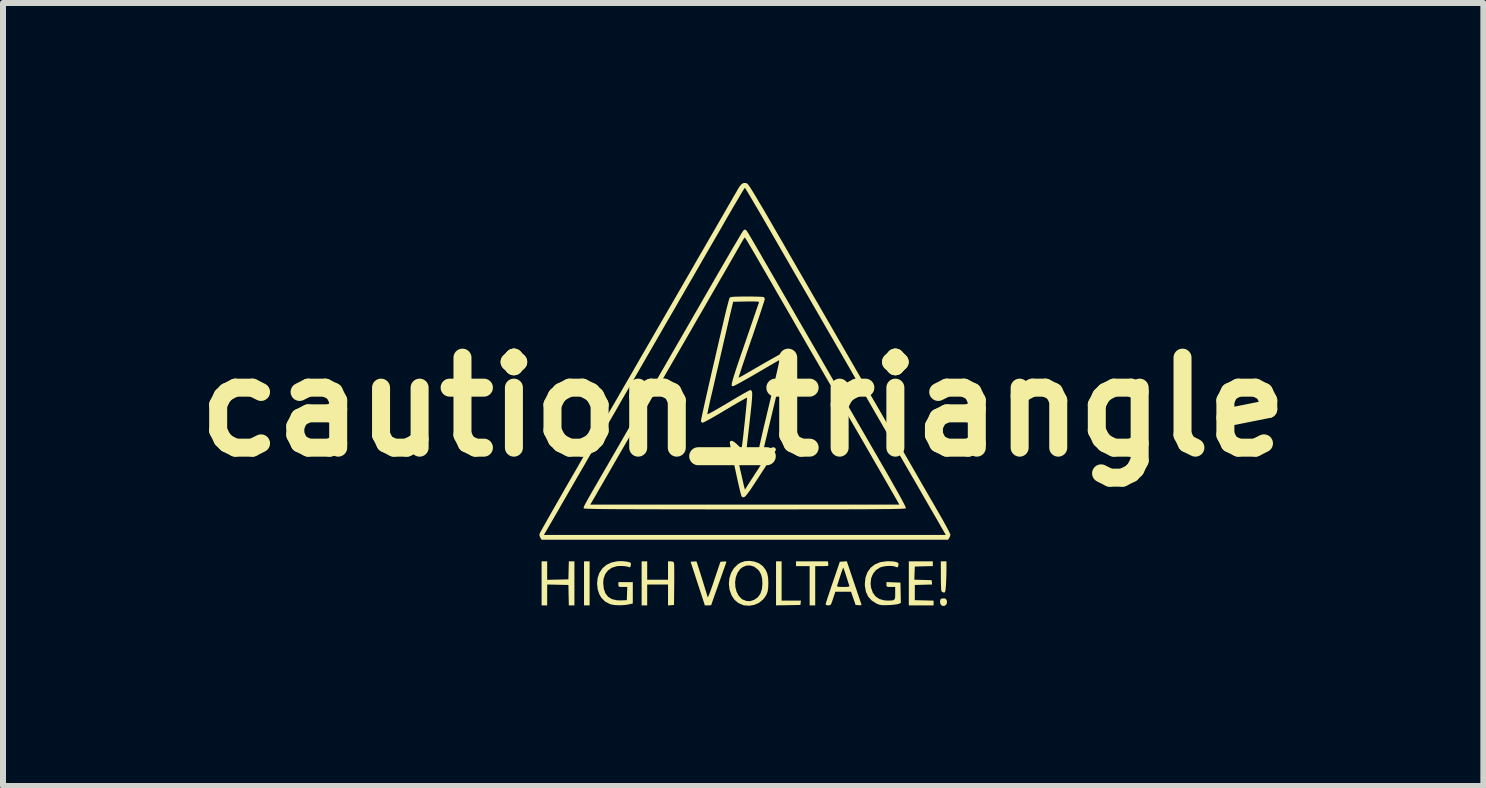
<source format=kicad_pcb>
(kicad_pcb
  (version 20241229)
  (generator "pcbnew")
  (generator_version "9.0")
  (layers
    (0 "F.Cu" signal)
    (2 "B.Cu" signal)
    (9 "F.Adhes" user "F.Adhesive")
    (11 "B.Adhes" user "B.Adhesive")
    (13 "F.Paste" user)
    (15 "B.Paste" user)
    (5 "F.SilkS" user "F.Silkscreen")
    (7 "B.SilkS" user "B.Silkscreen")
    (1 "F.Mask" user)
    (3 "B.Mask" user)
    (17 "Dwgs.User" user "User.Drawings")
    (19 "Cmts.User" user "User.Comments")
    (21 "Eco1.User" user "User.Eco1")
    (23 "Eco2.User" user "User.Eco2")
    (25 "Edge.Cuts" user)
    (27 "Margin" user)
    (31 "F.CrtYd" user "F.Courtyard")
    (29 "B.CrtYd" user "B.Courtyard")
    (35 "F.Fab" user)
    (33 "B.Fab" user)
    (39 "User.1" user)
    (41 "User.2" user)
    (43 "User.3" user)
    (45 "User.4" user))
  (footprint "caution_triangle"
    (layer "F.Cu")
    (at 9.336 3.732)
    (property "Reference" "caution_triangle" (at 0 0 0) (layer "F.SilkS") (effects (font (size 1.5 1.5) (thickness 0.3))))
    (attr board_only exclude_from_pos_files exclude_from_bom)
    (fp_poly (pts (xy -2.56 2.94) (xy -2.56 3.307) (xy -2.607 3.307) (xy -2.653 3.307) (xy -2.653 2.94) (xy -2.653 2.573) (xy -2.607 2.573) (xy -2.56 2.573)) (stroke (width 0) (type solid)) (fill yes) (layer "F.SilkS"))
    (fp_poly (pts (xy 0.64 2.9) (xy 0.64 3.227) (xy 0.801 3.227) (xy 0.962 3.227) (xy 0.958 3.263) (xy 0.953 3.3) (xy 0.75 3.304) (xy 0.547 3.307) (xy 0.547 2.94) (xy 0.547 2.573) (xy 0.593 2.573) (xy 0.64 2.573)) (stroke (width 0) (type solid)) (fill yes) (layer "F.SilkS"))
    (fp_poly (pts (xy 3.372 3.196) (xy 3.392 3.222) (xy 3.397 3.258) (xy 3.385 3.292) (xy 3.38 3.298) (xy 3.351 3.317) (xy 3.319 3.314) (xy 3.303 3.306) (xy 3.285 3.28) (xy 3.28 3.246) (xy 3.284 3.214) (xy 3.298 3.197) (xy 3.315 3.192) (xy 3.35 3.19)) (stroke (width 0) (type solid)) (fill yes) (layer "F.SilkS"))
    (fp_poly (pts (xy 1.417 2.606) (xy 1.419 2.634) (xy 1.416 2.646) (xy 1.4 2.65) (xy 1.365 2.652) (xy 1.316 2.653) (xy 1.304 2.653) (xy 1.2 2.653) (xy 1.2 2.98) (xy 1.2 3.307) (xy 1.153 3.307) (xy 1.107 3.307) (xy 1.107 2.98) (xy 1.107 2.653) (xy 0.993 2.653) (xy 0.88 2.653) (xy 0.88 2.613) (xy 0.88 2.573) (xy 1.145 2.573) (xy 1.41 2.573)) (stroke (width 0) (type solid)) (fill yes) (layer "F.SilkS"))
    (fp_poly (pts (xy 3.387 2.723) (xy 3.386 2.799) (xy 3.383 2.879) (xy 3.38 2.951) (xy 3.378 2.983) (xy 3.373 3.037) (xy 3.368 3.07) (xy 3.361 3.087) (xy 3.349 3.093) (xy 3.34 3.093) (xy 3.312 3.082) (xy 3.302 3.063) (xy 3.299 3.04) (xy 3.297 2.996) (xy 3.295 2.935) (xy 3.294 2.863) (xy 3.294 2.803) (xy 3.293 2.573) (xy 3.34 2.573) (xy 3.387 2.573)) (stroke (width 0) (type solid)) (fill yes) (layer "F.SilkS"))
    (fp_poly (pts (xy -3.267 2.727) (xy -3.267 2.881) (xy -3.09 2.877) (xy -2.913 2.873) (xy -2.91 2.723) (xy -2.906 2.573) (xy -2.86 2.573) (xy -2.813 2.573) (xy -2.813 2.94) (xy -2.813 3.307) (xy -2.86 3.307) (xy -2.906 3.307) (xy -2.91 3.137) (xy -2.913 2.967) (xy -3.09 2.963) (xy -3.267 2.959) (xy -3.267 3.133) (xy -3.267 3.307) (xy -3.313 3.307) (xy -3.36 3.307) (xy -3.36 2.94) (xy -3.36 2.573) (xy -3.313 2.573) (xy -3.267 2.573)) (stroke (width 0) (type solid)) (fill yes) (layer "F.SilkS"))
    (fp_poly (pts (xy 3.16 2.613) (xy 3.16 2.652) (xy 3.01 2.656) (xy 2.86 2.66) (xy 2.856 2.77) (xy 2.852 2.879) (xy 2.996 2.883) (xy 3.14 2.887) (xy 3.144 2.923) (xy 3.148 2.959) (xy 3.004 2.963) (xy 2.86 2.967) (xy 2.86 3.093) (xy 2.86 3.22) (xy 3.017 3.224) (xy 3.173 3.228) (xy 3.173 3.267) (xy 3.173 3.307) (xy 2.967 3.307) (xy 2.76 3.307) (xy 2.76 2.94) (xy 2.76 2.573) (xy 2.96 2.573) (xy 3.16 2.573)) (stroke (width 0) (type solid)) (fill yes) (layer "F.SilkS"))
    (fp_poly (pts (xy -1.6 2.727) (xy -1.6 2.88) (xy -1.427 2.88) (xy -1.253 2.88) (xy -1.253 2.727) (xy -1.253 2.573) (xy -1.207 2.573) (xy -1.173 2.577) (xy -1.157 2.592) (xy -1.153 2.603) (xy -1.151 2.625) (xy -1.15 2.669) (xy -1.149 2.731) (xy -1.149 2.808) (xy -1.149 2.896) (xy -1.15 2.967) (xy -1.153 3.3) (xy -1.203 3.304) (xy -1.253 3.308) (xy -1.253 3.134) (xy -1.253 2.96) (xy -1.427 2.96) (xy -1.6 2.96) (xy -1.6 3.133) (xy -1.6 3.307) (xy -1.647 3.307) (xy -1.693 3.307) (xy -1.693 2.94) (xy -1.693 2.573) (xy -1.647 2.573) (xy -1.6 2.573)) (stroke (width 0) (type solid)) (fill yes) (layer "F.SilkS"))
    (fp_poly (pts (xy -0.779 2.577) (xy -0.778 2.577) (xy -0.772 2.592) (xy -0.759 2.632) (xy -0.739 2.696) (xy -0.711 2.784) (xy -0.676 2.896) (xy -0.635 3.03) (xy -0.591 3.173) (xy -0.586 3.166) (xy -0.573 3.137) (xy -0.554 3.09) (xy -0.531 3.026) (xy -0.504 2.95) (xy -0.483 2.886) (xy -0.38 2.58) (xy -0.33 2.576) (xy -0.298 2.575) (xy -0.281 2.578) (xy -0.28 2.579) (xy -0.284 2.593) (xy -0.296 2.629) (xy -0.315 2.683) (xy -0.34 2.753) (xy -0.369 2.835) (xy -0.401 2.926) (xy -0.407 2.942) (xy -0.439 3.034) (xy -0.469 3.117) (xy -0.494 3.189) (xy -0.514 3.245) (xy -0.527 3.284) (xy -0.533 3.301) (xy -0.533 3.302) (xy -0.545 3.305) (xy -0.575 3.307) (xy -0.586 3.307) (xy -0.639 3.307) (xy -0.758 2.943) (xy -0.877 2.58) (xy -0.831 2.576) (xy -0.798 2.574)) (stroke (width 0) (type solid)) (fill yes) (layer "F.SilkS"))
    (fp_poly (pts (xy 0.187 2.577) (xy 0.262 2.605) (xy 0.322 2.649) (xy 0.328 2.655) (xy 0.372 2.712) (xy 0.4 2.774) (xy 0.415 2.847) (xy 0.419 2.933) (xy 0.416 3.014) (xy 0.407 3.077) (xy 0.388 3.128) (xy 0.357 3.176) (xy 0.332 3.207) (xy 0.266 3.262) (xy 0.187 3.298) (xy 0.1 3.313) (xy 0.012 3.306) (xy -0.002 3.302) (xy -0.083 3.267) (xy -0.147 3.212) (xy -0.194 3.14) (xy -0.228 3.045) (xy -0.239 2.949) (xy -0.237 2.923) (xy -0.135 2.923) (xy -0.13 3.004) (xy -0.11 3.081) (xy -0.075 3.147) (xy -0.026 3.198) (xy -0.007 3.21) (xy 0.055 3.234) (xy 0.115 3.236) (xy 0.181 3.215) (xy 0.181 3.215) (xy 0.243 3.173) (xy 0.287 3.111) (xy 0.313 3.03) (xy 0.32 2.941) (xy 0.315 2.858) (xy 0.298 2.792) (xy 0.268 2.737) (xy 0.243 2.708) (xy 0.184 2.663) (xy 0.118 2.642) (xy 0.051 2.644) (xy -0.012 2.671) (xy -0.054 2.705) (xy -0.097 2.768) (xy -0.124 2.842) (xy -0.135 2.923) (xy -0.237 2.923) (xy -0.23 2.854) (xy -0.202 2.765) (xy -0.155 2.687) (xy -0.091 2.624) (xy -0.049 2.597) (xy 0.024 2.571) (xy 0.105 2.565)) (stroke (width 0) (type solid)) (fill yes) (layer "F.SilkS"))
    (fp_poly (pts (xy -2 2.571) (xy -1.946 2.577) (xy -1.902 2.586) (xy -1.877 2.597) (xy -1.877 2.598) (xy -1.871 2.615) (xy -1.874 2.641) (xy -1.881 2.664) (xy -1.891 2.674) (xy -1.894 2.673) (xy -1.927 2.661) (xy -1.977 2.653) (xy -2.034 2.65) (xy -2.088 2.652) (xy -2.105 2.654) (xy -2.188 2.679) (xy -2.254 2.725) (xy -2.301 2.788) (xy -2.328 2.866) (xy -2.333 2.93) (xy -2.324 3.027) (xy -2.297 3.105) (xy -2.251 3.164) (xy -2.187 3.203) (xy -2.105 3.222) (xy -2.038 3.224) (xy -1.94 3.22) (xy -1.936 3.11) (xy -1.932 3) (xy -2.006 3) (xy -2.048 2.999) (xy -2.07 2.995) (xy -2.079 2.983) (xy -2.08 2.961) (xy -2.08 2.96) (xy -2.08 2.92) (xy -1.96 2.92) (xy -1.84 2.92) (xy -1.84 3.098) (xy -1.84 3.275) (xy -1.908 3.291) (xy -1.974 3.301) (xy -2.05 3.305) (xy -2.125 3.303) (xy -2.189 3.294) (xy -2.219 3.286) (xy -2.3 3.244) (xy -2.362 3.183) (xy -2.398 3.121) (xy -2.426 3.036) (xy -2.435 2.943) (xy -2.426 2.851) (xy -2.399 2.769) (xy -2.397 2.765) (xy -2.345 2.688) (xy -2.279 2.632) (xy -2.197 2.593) (xy -2.107 2.573) (xy -2.056 2.57)) (stroke (width 0) (type solid)) (fill yes) (layer "F.SilkS"))
    (fp_poly (pts (xy 1.845 2.923) (xy 1.877 3.015) (xy 1.905 3.1) (xy 1.93 3.173) (xy 1.95 3.231) (xy 1.964 3.272) (xy 1.97 3.29) (xy 1.971 3.291) (xy 1.968 3.302) (xy 1.945 3.305) (xy 1.925 3.304) (xy 1.873 3.3) (xy 1.835 3.19) (xy 1.797 3.08) (xy 1.666 3.08) (xy 1.535 3.08) (xy 1.498 3.193) (xy 1.48 3.247) (xy 1.467 3.281) (xy 1.455 3.298) (xy 1.44 3.305) (xy 1.42 3.307) (xy 1.417 3.307) (xy 1.385 3.302) (xy 1.373 3.29) (xy 1.373 3.29) (xy 1.377 3.273) (xy 1.389 3.235) (xy 1.407 3.178) (xy 1.431 3.107) (xy 1.459 3.023) (xy 1.472 2.983) (xy 1.564 2.983) (xy 1.568 2.992) (xy 1.59 2.997) (xy 1.633 3) (xy 1.667 3) (xy 1.723 2.999) (xy 1.756 2.995) (xy 1.769 2.988) (xy 1.77 2.983) (xy 1.763 2.964) (xy 1.751 2.926) (xy 1.734 2.874) (xy 1.718 2.824) (xy 1.7 2.767) (xy 1.684 2.72) (xy 1.672 2.69) (xy 1.667 2.68) (xy 1.66 2.692) (xy 1.648 2.725) (xy 1.632 2.772) (xy 1.615 2.824) (xy 1.596 2.883) (xy 1.58 2.933) (xy 1.569 2.969) (xy 1.564 2.983) (xy 1.472 2.983) (xy 1.49 2.932) (xy 1.492 2.927) (xy 1.61 2.58) (xy 1.668 2.576) (xy 1.727 2.572)) (stroke (width 0) (type solid)) (fill yes) (layer "F.SilkS"))
    (fp_poly (pts (xy 2.492 2.574) (xy 2.547 2.583) (xy 2.579 2.597) (xy 2.59 2.617) (xy 2.589 2.621) (xy 2.582 2.658) (xy 2.572 2.673) (xy 2.554 2.67) (xy 2.544 2.665) (xy 2.502 2.653) (xy 2.444 2.649) (xy 2.38 2.652) (xy 2.319 2.663) (xy 2.279 2.676) (xy 2.212 2.72) (xy 2.163 2.781) (xy 2.132 2.856) (xy 2.123 2.941) (xy 2.13 3.009) (xy 2.159 3.093) (xy 2.205 3.157) (xy 2.269 3.2) (xy 2.349 3.223) (xy 2.405 3.227) (xy 2.464 3.226) (xy 2.502 3.221) (xy 2.522 3.206) (xy 2.531 3.178) (xy 2.533 3.131) (xy 2.533 3.105) (xy 2.533 3) (xy 2.46 3) (xy 2.418 2.999) (xy 2.396 2.995) (xy 2.388 2.983) (xy 2.387 2.96) (xy 2.387 2.959) (xy 2.387 2.919) (xy 2.503 2.923) (xy 2.62 2.927) (xy 2.624 3.097) (xy 2.627 3.267) (xy 2.59 3.282) (xy 2.561 3.289) (xy 2.513 3.295) (xy 2.455 3.301) (xy 2.42 3.302) (xy 2.356 3.304) (xy 2.312 3.303) (xy 2.278 3.298) (xy 2.247 3.288) (xy 2.22 3.276) (xy 2.14 3.225) (xy 2.082 3.16) (xy 2.045 3.08) (xy 2.028 2.983) (xy 2.027 2.947) (xy 2.038 2.843) (xy 2.071 2.753) (xy 2.124 2.679) (xy 2.195 2.624) (xy 2.284 2.587) (xy 2.387 2.572) (xy 2.411 2.571)) (stroke (width 0) (type solid)) (fill yes) (layer "F.SilkS"))
    (fp_poly (pts (xy 0.063 -3.725) (xy 0.072 -3.718) (xy 0.087 -3.7) (xy 0.108 -3.67) (xy 0.136 -3.626) (xy 0.172 -3.569) (xy 0.216 -3.496) (xy 0.269 -3.406) (xy 0.333 -3.299) (xy 0.407 -3.172) (xy 0.492 -3.025) (xy 0.589 -2.857) (xy 0.646 -2.76) (xy 0.722 -2.627) (xy 0.81 -2.474) (xy 0.909 -2.303) (xy 1.017 -2.116) (xy 1.132 -1.916) (xy 1.254 -1.706) (xy 1.38 -1.488) (xy 1.509 -1.264) (xy 1.64 -1.037) (xy 1.771 -0.81) (xy 1.901 -0.584) (xy 2.029 -0.364) (xy 2.146 -0.16) (xy 2.262 0.039) (xy 2.375 0.236) (xy 2.487 0.429) (xy 2.594 0.616) (xy 2.698 0.795) (xy 2.797 0.966) (xy 2.889 1.126) (xy 2.974 1.274) (xy 3.051 1.407) (xy 3.119 1.525) (xy 3.178 1.626) (xy 3.225 1.708) (xy 3.26 1.769) (xy 3.275 1.795) (xy 3.323 1.878) (xy 3.365 1.955) (xy 3.402 2.022) (xy 3.429 2.075) (xy 3.447 2.112) (xy 3.453 2.129) (xy 3.446 2.159) (xy 3.433 2.184) (xy 3.412 2.213) (xy 0.026 2.213) (xy -3.359 2.213) (xy -3.381 2.18) (xy -3.395 2.144) (xy -3.395 2.133) (xy -3.322 2.133) (xy 0.027 2.133) (xy 3.376 2.133) (xy 3.344 2.077) (xy 3.336 2.063) (xy 3.322 2.038) (xy 3.3 2.001) (xy 3.271 1.95) (xy 3.234 1.885) (xy 3.188 1.806) (xy 3.134 1.713) (xy 3.071 1.604) (xy 2.999 1.479) (xy 2.918 1.338) (xy 2.826 1.179) (xy 2.724 1.003) (xy 2.612 0.809) (xy 2.489 0.596) (xy 2.355 0.363) (xy 2.209 0.111) (xy 2.052 -0.162) (xy 1.882 -0.456) (xy 1.7 -0.772) (xy 1.505 -1.11) (xy 1.387 -1.313) (xy 1.292 -1.478) (xy 1.188 -1.658) (xy 1.078 -1.849) (xy 0.964 -2.045) (xy 0.85 -2.242) (xy 0.739 -2.435) (xy 0.633 -2.618) (xy 0.536 -2.787) (xy 0.477 -2.89) (xy 0.401 -3.021) (xy 0.33 -3.144) (xy 0.263 -3.259) (xy 0.202 -3.362) (xy 0.149 -3.453) (xy 0.104 -3.529) (xy 0.068 -3.589) (xy 0.043 -3.63) (xy 0.03 -3.651) (xy 0.028 -3.653) (xy 0.02 -3.642) (xy -0.001 -3.61) (xy -0.031 -3.56) (xy -0.07 -3.494) (xy -0.117 -3.414) (xy -0.17 -3.324) (xy -0.228 -3.224) (xy -0.256 -3.177) (xy -0.307 -3.088) (xy -0.369 -2.979) (xy -0.442 -2.853) (xy -0.523 -2.713) (xy -0.611 -2.562) (xy -0.703 -2.402) (xy -0.798 -2.237) (xy -0.895 -2.069) (xy -0.992 -1.901) (xy -1.087 -1.737) (xy -1.1 -1.713) (xy -1.187 -1.563) (xy -1.286 -1.393) (xy -1.394 -1.205) (xy -1.51 -1.004) (xy -1.632 -0.793) (xy -1.758 -0.574) (xy -1.887 -0.351) (xy -2.017 -0.126) (xy -2.145 0.097) (xy -2.271 0.314) (xy -2.391 0.524) (xy -2.47 0.66) (xy -2.573 0.838) (xy -2.672 1.01) (xy -2.767 1.174) (xy -2.857 1.33) (xy -2.941 1.476) (xy -3.018 1.609) (xy -3.087 1.73) (xy -3.148 1.835) (xy -3.2 1.925) (xy -3.242 1.996) (xy -3.272 2.049) (xy -3.291 2.081) (xy -3.296 2.09) (xy -3.322 2.133) (xy -3.395 2.133) (xy -3.395 2.117) (xy -3.388 2.101) (xy -3.368 2.064) (xy -3.336 2.007) (xy -3.294 1.932) (xy -3.242 1.84) (xy -3.181 1.733) (xy -3.112 1.612) (xy -3.036 1.479) (xy -2.954 1.335) (xy -2.866 1.183) (xy -2.774 1.024) (xy -2.703 0.9) (xy -2.607 0.733) (xy -2.499 0.546) (xy -2.381 0.342) (xy -2.255 0.123) (xy -2.122 -0.106) (xy -1.985 -0.344) (xy -1.844 -0.587) (xy -1.703 -0.833) (xy -1.561 -1.078) (xy -1.422 -1.319) (xy -1.286 -1.554) (xy -1.156 -1.779) (xy -1.086 -1.9) (xy -0.975 -2.093) (xy -0.866 -2.281) (xy -0.762 -2.463) (xy -0.661 -2.636) (xy -0.567 -2.8) (xy -0.478 -2.953) (xy -0.397 -3.094) (xy -0.323 -3.222) (xy -0.259 -3.334) (xy -0.203 -3.43) (xy -0.159 -3.508) (xy -0.125 -3.566) (xy -0.103 -3.604) (xy -0.096 -3.617) (xy -0.059 -3.677) (xy -0.026 -3.714) (xy 0.006 -3.732) (xy 0.04 -3.732)) (stroke (width 0) (type solid)) (fill yes) (layer "F.SilkS"))
    (fp_poly (pts (xy 0.04 -2.952) (xy 0.045 -2.948) (xy 0.048 -2.946) (xy 0.05 -2.944) (xy 0.053 -2.942) (xy 0.057 -2.937) (xy 0.062 -2.93) (xy 0.07 -2.918) (xy 0.08 -2.901) (xy 0.094 -2.879) (xy 0.112 -2.848) (xy 0.135 -2.81) (xy 0.163 -2.762) (xy 0.197 -2.704) (xy 0.238 -2.633) (xy 0.286 -2.551) (xy 0.341 -2.454) (xy 0.406 -2.343) (xy 0.479 -2.216) (xy 0.563 -2.071) (xy 0.656 -1.909) (xy 0.761 -1.728) (xy 0.877 -1.526) (xy 1.006 -1.303) (xy 1.096 -1.147) (xy 1.212 -0.947) (xy 1.329 -0.744) (xy 1.446 -0.541) (xy 1.563 -0.339) (xy 1.677 -0.14) (xy 1.788 0.052) (xy 1.894 0.236) (xy 1.995 0.41) (xy 2.088 0.571) (xy 2.172 0.717) (xy 2.247 0.846) (xy 2.31 0.956) (xy 2.345 1.016) (xy 2.428 1.16) (xy 2.501 1.29) (xy 2.565 1.403) (xy 2.618 1.498) (xy 2.66 1.576) (xy 2.69 1.634) (xy 2.707 1.671) (xy 2.712 1.686) (xy 2.709 1.688) (xy 2.702 1.691) (xy 2.689 1.693) (xy 2.67 1.695) (xy 2.643 1.696) (xy 2.608 1.698) (xy 2.563 1.699) (xy 2.508 1.7) (xy 2.44 1.702) (xy 2.36 1.702) (xy 2.265 1.703) (xy 2.156 1.704) (xy 2.03 1.705) (xy 1.888 1.705) (xy 1.727 1.706) (xy 1.547 1.706) (xy 1.346 1.706) (xy 1.124 1.706) (xy 0.88 1.707) (xy 0.612 1.707) (xy 0.319 1.707) (xy 0.026 1.707) (xy -0.299 1.707) (xy -0.599 1.707) (xy -0.874 1.706) (xy -1.125 1.706) (xy -1.353 1.706) (xy -1.56 1.705) (xy -1.745 1.705) (xy -1.91 1.704) (xy -2.055 1.704) (xy -2.183 1.703) (xy -2.293 1.702) (xy -2.386 1.701) (xy -2.464 1.7) (xy -2.527 1.698) (xy -2.577 1.697) (xy -2.614 1.695) (xy -2.639 1.694) (xy -2.653 1.692) (xy -2.657 1.69) (xy -2.659 1.684) (xy -2.659 1.677) (xy -2.656 1.666) (xy -2.649 1.65) (xy -2.638 1.627) (xy -2.549 1.627) (xy 0.026 1.627) (xy 2.601 1.627) (xy 2.585 1.597) (xy 2.576 1.582) (xy 2.555 1.545) (xy 2.522 1.487) (xy 2.478 1.411) (xy 2.424 1.317) (xy 2.36 1.206) (xy 2.287 1.079) (xy 2.206 0.939) (xy 2.118 0.786) (xy 2.024 0.622) (xy 1.923 0.448) (xy 1.817 0.265) (xy 1.707 0.074) (xy 1.594 -0.122) (xy 1.478 -0.324) (xy 1.359 -0.529) (xy 1.24 -0.736) (xy 1.119 -0.944) (xy 0.999 -1.152) (xy 0.88 -1.358) (xy 0.795 -1.507) (xy 0.727 -1.624) (xy 0.649 -1.759) (xy 0.566 -1.902) (xy 0.482 -2.049) (xy 0.4 -2.191) (xy 0.324 -2.322) (xy 0.293 -2.376) (xy 0.235 -2.476) (xy 0.182 -2.568) (xy 0.134 -2.649) (xy 0.093 -2.719) (xy 0.061 -2.773) (xy 0.038 -2.809) (xy 0.027 -2.825) (xy 0.027 -2.826) (xy 0.018 -2.815) (xy -0.001 -2.787) (xy -0.025 -2.745) (xy -0.034 -2.73) (xy -0.05 -2.703) (xy -0.077 -2.654) (xy -0.116 -2.587) (xy -0.164 -2.503) (xy -0.221 -2.404) (xy -0.285 -2.292) (xy -0.356 -2.17) (xy -0.432 -2.039) (xy -0.511 -1.901) (xy -0.589 -1.767) (xy -0.67 -1.625) (xy -0.764 -1.464) (xy -0.866 -1.286) (xy -0.976 -1.095) (xy -1.092 -0.895) (xy -1.212 -0.688) (xy -1.333 -0.478) (xy -1.454 -0.268) (xy -1.573 -0.061) (xy -1.688 0.138) (xy -1.793 0.32) (xy -1.889 0.487) (xy -1.982 0.648) (xy -2.071 0.801) (xy -2.154 0.945) (xy -2.231 1.079) (xy -2.301 1.2) (xy -2.363 1.308) (xy -2.417 1.4) (xy -2.46 1.476) (xy -2.493 1.532) (xy -2.514 1.569) (xy -2.523 1.583) (xy -2.549 1.627) (xy -2.638 1.627) (xy -2.638 1.627) (xy -2.62 1.594) (xy -2.596 1.549) (xy -2.563 1.491) (xy -2.521 1.417) (xy -2.468 1.326) (xy -2.404 1.215) (xy -2.349 1.12) (xy -2.208 0.876) (xy -2.063 0.625) (xy -1.916 0.37) (xy -1.768 0.113) (xy -1.62 -0.143) (xy -1.473 -0.398) (xy -1.328 -0.648) (xy -1.188 -0.892) (xy -1.052 -1.127) (xy -0.923 -1.351) (xy -0.801 -1.563) (xy -0.688 -1.759) (xy -0.585 -1.938) (xy -0.493 -2.097) (xy -0.434 -2.2) (xy -0.36 -2.327) (xy -0.29 -2.448) (xy -0.225 -2.56) (xy -0.166 -2.661) (xy -0.113 -2.75) (xy -0.069 -2.824) (xy -0.035 -2.882) (xy -0.011 -2.921) (xy 0.001 -2.938) (xy 0.001 -2.939) (xy 0.022 -2.956)) (stroke (width 0) (type solid)) (fill yes) (layer "F.SilkS"))
    (fp_poly (pts (xy 0.136 -1.84) (xy 0.21 -1.839) (xy 0.271 -1.837) (xy 0.316 -1.835) (xy 0.338 -1.832) (xy 0.339 -1.832) (xy 0.357 -1.813) (xy 0.36 -1.8) (xy 0.356 -1.783) (xy 0.344 -1.743) (xy 0.324 -1.683) (xy 0.299 -1.606) (xy 0.268 -1.513) (xy 0.232 -1.407) (xy 0.193 -1.291) (xy 0.151 -1.167) (xy 0.139 -1.134) (xy 0.096 -1.009) (xy 0.056 -0.892) (xy 0.02 -0.785) (xy -0.012 -0.691) (xy -0.038 -0.612) (xy -0.058 -0.55) (xy -0.072 -0.508) (xy -0.078 -0.488) (xy -0.078 -0.487) (xy -0.066 -0.492) (xy -0.033 -0.509) (xy 0.017 -0.537) (xy 0.081 -0.574) (xy 0.157 -0.618) (xy 0.242 -0.667) (xy 0.29 -0.695) (xy 0.38 -0.747) (xy 0.463 -0.794) (xy 0.536 -0.835) (xy 0.597 -0.869) (xy 0.642 -0.892) (xy 0.668 -0.905) (xy 0.673 -0.907) (xy 0.693 -0.899) (xy 0.702 -0.875) (xy 0.701 -0.832) (xy 0.688 -0.767) (xy 0.687 -0.762) (xy 0.672 -0.698) (xy 0.652 -0.612) (xy 0.628 -0.509) (xy 0.6 -0.393) (xy 0.571 -0.268) (xy 0.54 -0.139) (xy 0.509 -0.009) (xy 0.479 0.116) (xy 0.451 0.234) (xy 0.426 0.338) (xy 0.405 0.426) (xy 0.393 0.478) (xy 0.374 0.555) (xy 0.358 0.624) (xy 0.345 0.679) (xy 0.336 0.718) (xy 0.333 0.734) (xy 0.333 0.734) (xy 0.344 0.735) (xy 0.373 0.725) (xy 0.413 0.707) (xy 0.419 0.704) (xy 0.466 0.682) (xy 0.495 0.672) (xy 0.514 0.673) (xy 0.526 0.679) (xy 0.543 0.7) (xy 0.546 0.712) (xy 0.539 0.726) (xy 0.519 0.76) (xy 0.488 0.811) (xy 0.447 0.876) (xy 0.398 0.953) (xy 0.343 1.039) (xy 0.295 1.113) (xy 0.226 1.219) (xy 0.17 1.304) (xy 0.126 1.371) (xy 0.09 1.421) (xy 0.063 1.457) (xy 0.042 1.482) (xy 0.027 1.496) (xy 0.014 1.503) (xy 0.009 1.504) (xy -0.014 1.503) (xy -0.028 1.489) (xy -0.038 1.457) (xy -0.052 1.404) (xy -0.068 1.334) (xy -0.087 1.252) (xy -0.107 1.162) (xy -0.127 1.068) (xy -0.148 0.973) (xy -0.168 0.88) (xy -0.186 0.795) (xy -0.201 0.719) (xy -0.213 0.658) (xy -0.221 0.614) (xy -0.224 0.592) (xy -0.224 0.59) (xy -0.211 0.566) (xy -0.185 0.565) (xy -0.146 0.586) (xy -0.099 0.627) (xy -0.029 0.697) (xy -0.021 0.652) (xy -0.016 0.617) (xy -0.009 0.563) (xy -0.001 0.494) (xy 0.008 0.414) (xy 0.017 0.327) (xy 0.027 0.237) (xy 0.036 0.148) (xy 0.045 0.063) (xy 0.052 -0.013) (xy 0.058 -0.077) (xy 0.062 -0.124) (xy 0.063 -0.15) (xy 0.063 -0.155) (xy 0.051 -0.15) (xy 0.018 -0.132) (xy -0.032 -0.104) (xy -0.096 -0.067) (xy -0.172 -0.023) (xy -0.256 0.027) (xy -0.3 0.053) (xy -0.389 0.106) (xy -0.471 0.154) (xy -0.543 0.195) (xy -0.603 0.228) (xy -0.648 0.251) (xy -0.673 0.263) (xy -0.678 0.264) (xy -0.699 0.249) (xy -0.704 0.237) (xy -0.702 0.219) (xy -0.694 0.177) (xy -0.683 0.122) (xy -0.597 0.122) (xy -0.585 0.118) (xy -0.553 0.102) (xy -0.504 0.076) (xy -0.441 0.04) (xy -0.366 -0.004) (xy -0.283 -0.053) (xy -0.249 -0.073) (xy -0.162 -0.125) (xy -0.082 -0.172) (xy -0.012 -0.213) (xy 0.046 -0.245) (xy 0.087 -0.268) (xy 0.11 -0.279) (xy 0.113 -0.28) (xy 0.126 -0.279) (xy 0.136 -0.274) (xy 0.143 -0.262) (xy 0.148 -0.242) (xy 0.15 -0.211) (xy 0.148 -0.166) (xy 0.144 -0.106) (xy 0.137 -0.027) (xy 0.126 0.073) (xy 0.113 0.196) (xy 0.107 0.249) (xy 0.094 0.362) (xy 0.082 0.468) (xy 0.071 0.563) (xy 0.062 0.644) (xy 0.054 0.709) (xy 0.049 0.754) (xy 0.045 0.775) (xy 0.045 0.776) (xy 0.032 0.809) (xy 0.01 0.819) (xy -0.022 0.805) (xy -0.062 0.771) (xy -0.092 0.743) (xy -0.113 0.725) (xy -0.12 0.721) (xy -0.117 0.737) (xy -0.109 0.773) (xy -0.098 0.827) (xy -0.083 0.893) (xy -0.067 0.967) (xy -0.05 1.045) (xy -0.032 1.121) (xy -0.016 1.192) (xy -0.002 1.253) (xy 0.008 1.299) (xy 0.015 1.326) (xy 0.029 1.378) (xy 0.058 1.332) (xy 0.073 1.307) (xy 0.101 1.264) (xy 0.138 1.207) (xy 0.181 1.14) (xy 0.228 1.068) (xy 0.237 1.055) (xy 0.281 0.985) (xy 0.32 0.923) (xy 0.351 0.873) (xy 0.372 0.837) (xy 0.381 0.818) (xy 0.381 0.817) (xy 0.367 0.819) (xy 0.34 0.83) (xy 0.335 0.832) (xy 0.289 0.85) (xy 0.254 0.85) (xy 0.235 0.834) (xy 0.237 0.817) (xy 0.244 0.778) (xy 0.257 0.717) (xy 0.274 0.639) (xy 0.295 0.545) (xy 0.319 0.439) (xy 0.346 0.322) (xy 0.373 0.211) (xy 0.418 0.021) (xy 0.458 -0.144) (xy 0.492 -0.286) (xy 0.52 -0.406) (xy 0.544 -0.507) (xy 0.563 -0.589) (xy 0.578 -0.655) (xy 0.589 -0.705) (xy 0.596 -0.741) (xy 0.601 -0.765) (xy 0.602 -0.778) (xy 0.601 -0.781) (xy 0.601 -0.781) (xy 0.588 -0.774) (xy 0.555 -0.754) (xy 0.504 -0.725) (xy 0.439 -0.687) (xy 0.362 -0.642) (xy 0.276 -0.592) (xy 0.225 -0.562) (xy 0.134 -0.509) (xy 0.05 -0.462) (xy -0.024 -0.42) (xy -0.086 -0.386) (xy -0.132 -0.362) (xy -0.16 -0.349) (xy -0.166 -0.347) (xy -0.175 -0.347) (xy -0.183 -0.347) (xy -0.188 -0.351) (xy -0.192 -0.358) (xy -0.192 -0.371) (xy -0.19 -0.391) (xy -0.183 -0.42) (xy -0.173 -0.459) (xy -0.157 -0.51) (xy -0.137 -0.574) (xy -0.111 -0.654) (xy -0.079 -0.749) (xy -0.04 -0.863) (xy 0.006 -0.996) (xy 0.059 -1.15) (xy 0.12 -1.327) (xy 0.163 -1.453) (xy 0.191 -1.535) (xy 0.216 -1.608) (xy 0.237 -1.669) (xy 0.253 -1.714) (xy 0.262 -1.74) (xy 0.263 -1.744) (xy 0.261 -1.75) (xy 0.244 -1.755) (xy 0.212 -1.757) (xy 0.16 -1.758) (xy 0.086 -1.758) (xy 0.052 -1.757) (xy -0.167 -1.753) (xy -0.183 -1.687) (xy -0.189 -1.662) (xy -0.2 -1.614) (xy -0.217 -1.545) (xy -0.237 -1.458) (xy -0.261 -1.354) (xy -0.288 -1.238) (xy -0.318 -1.111) (xy -0.349 -0.975) (xy -0.382 -0.834) (xy -0.415 -0.69) (xy -0.449 -0.545) (xy -0.482 -0.402) (xy -0.514 -0.263) (xy -0.545 -0.132) (xy -0.555 -0.088) (xy -0.57 -0.018) (xy -0.583 0.042) (xy -0.592 0.089) (xy -0.597 0.117) (xy -0.597 0.122) (xy -0.683 0.122) (xy -0.68 0.11) (xy -0.66 0.019) (xy -0.634 -0.098) (xy -0.602 -0.24) (xy -0.564 -0.407) (xy -0.52 -0.599) (xy -0.469 -0.817) (xy -0.413 -1.061) (xy -0.35 -1.33) (xy -0.312 -1.493) (xy -0.291 -1.581) (xy -0.271 -1.661) (xy -0.253 -1.729) (xy -0.239 -1.781) (xy -0.228 -1.814) (xy -0.224 -1.823) (xy -0.212 -1.829) (xy -0.186 -1.834) (xy -0.143 -1.837) (xy -0.08 -1.839) (xy 0.005 -1.84) (xy 0.054 -1.84)) (stroke (width 0) (type solid)) (fill yes) (layer "F.SilkS")))
  (gr_rect
    (start -3 -3)
    (end 21.671 10.049)
    (stroke (width 0.1) (type default))
    (fill no)
    (layer "Edge.Cuts")))
</source>
